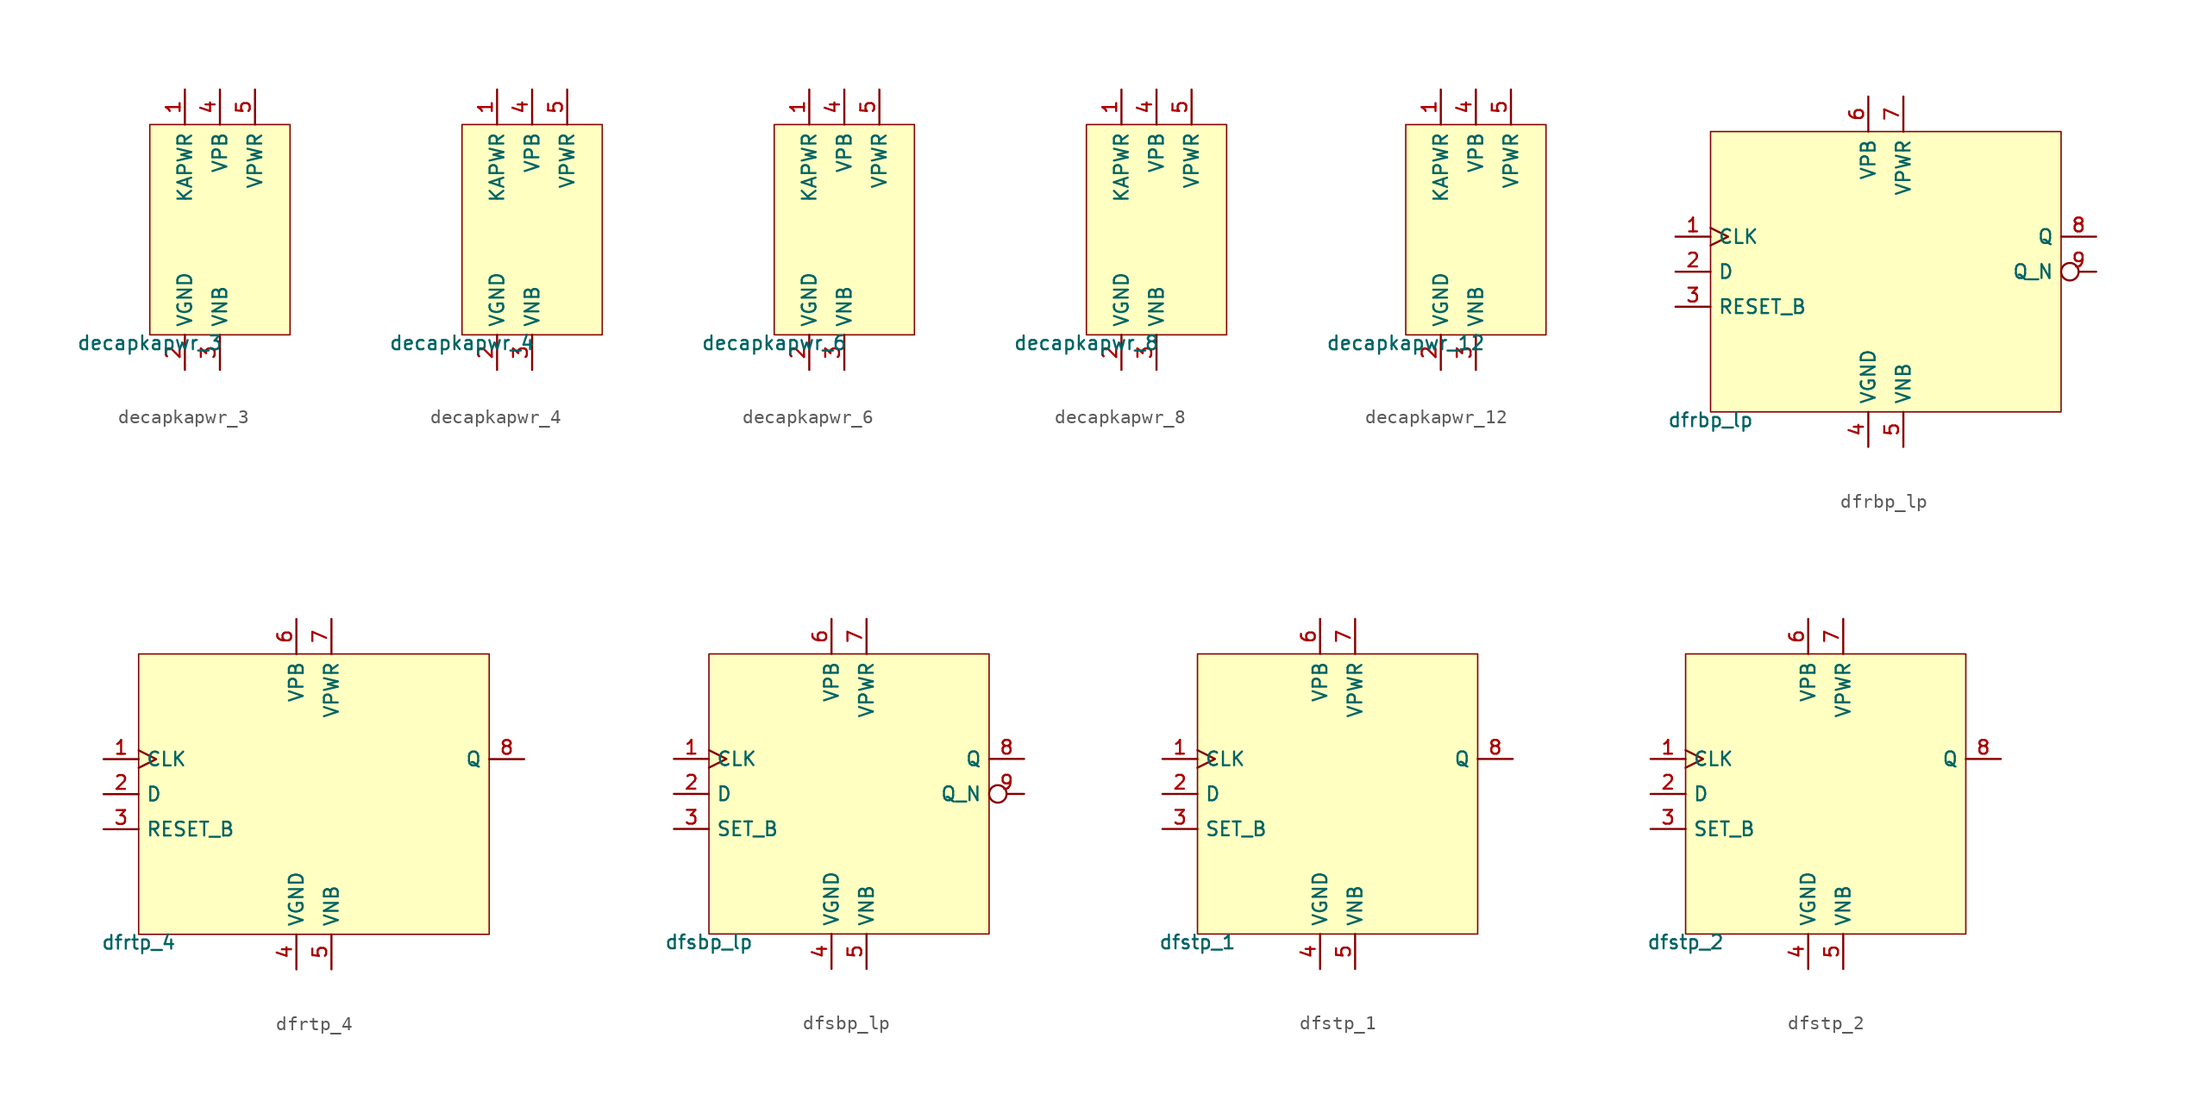
<source format=kicad_sym>
(kicad_symbol_lib
  (version 20211014)
  (generator pdk2kicad)
  (symbol "decapkapwr_3"
    (property "Reference" "X"
      (at 0 0 0)
      (effects (font (size 1 1)) hide))
    (property "Value" "decapkapwr_3"
      (at -5.08 -7.62 0)
      (effects (font (size 1 1)) (justify top)))
    (rectangle
      (start -5.08 -7.62)
      (end 5.08 7.62)
      (stroke (width 0.1) (type solid) (color 0 0 0 0))
      (fill (type background)))
    (pin power_in line
      (at -2.54 10.16 270)
      (length 2.54)
      (name "KAPWR" (effects (font (size 1 1)) hide))
      (number "1" (effects (font (size 1 1)) hide)))
    (pin power_in line
      (at -2.54 -10.16 90)
      (length 2.54)
      (name "VGND" (effects (font (size 1 1)) hide))
      (number "2" (effects (font (size 1 1)) hide)))
    (pin power_in line
      (at 0.0 -10.16 90)
      (length 2.54)
      (name "VNB" (effects (font (size 1 1)) hide))
      (number "3" (effects (font (size 1 1)) hide)))
    (pin power_in line
      (at 0.0 10.16 270)
      (length 2.54)
      (name "VPB" (effects (font (size 1 1)) hide))
      (number "4" (effects (font (size 1 1)) hide)))
    (pin power_in line
      (at 2.54 10.16 270)
      (length 2.54)
      (name "VPWR" (effects (font (size 1 1)) hide))
      (number "5" (effects (font (size 1 1)) hide))))
  (symbol "decapkapwr_4"
    (property "Reference" "X"
      (at 0 0 0)
      (effects (font (size 1 1)) hide))
    (property "Value" "decapkapwr_4"
      (at -5.08 -7.62 0)
      (effects (font (size 1 1)) (justify top)))
    (rectangle
      (start -5.08 -7.62)
      (end 5.08 7.62)
      (stroke (width 0.1) (type solid) (color 0 0 0 0))
      (fill (type background)))
    (pin power_in line
      (at -2.54 10.16 270)
      (length 2.54)
      (name "KAPWR" (effects (font (size 1 1)) hide))
      (number "1" (effects (font (size 1 1)) hide)))
    (pin power_in line
      (at -2.54 -10.16 90)
      (length 2.54)
      (name "VGND" (effects (font (size 1 1)) hide))
      (number "2" (effects (font (size 1 1)) hide)))
    (pin power_in line
      (at 0.0 -10.16 90)
      (length 2.54)
      (name "VNB" (effects (font (size 1 1)) hide))
      (number "3" (effects (font (size 1 1)) hide)))
    (pin power_in line
      (at 0.0 10.16 270)
      (length 2.54)
      (name "VPB" (effects (font (size 1 1)) hide))
      (number "4" (effects (font (size 1 1)) hide)))
    (pin power_in line
      (at 2.54 10.16 270)
      (length 2.54)
      (name "VPWR" (effects (font (size 1 1)) hide))
      (number "5" (effects (font (size 1 1)) hide))))
  (symbol "decapkapwr_6"
    (property "Reference" "X"
      (at 0 0 0)
      (effects (font (size 1 1)) hide))
    (property "Value" "decapkapwr_6"
      (at -5.08 -7.62 0)
      (effects (font (size 1 1)) (justify top)))
    (rectangle
      (start -5.08 -7.62)
      (end 5.08 7.62)
      (stroke (width 0.1) (type solid) (color 0 0 0 0))
      (fill (type background)))
    (pin power_in line
      (at -2.54 10.16 270)
      (length 2.54)
      (name "KAPWR" (effects (font (size 1 1)) hide))
      (number "1" (effects (font (size 1 1)) hide)))
    (pin power_in line
      (at -2.54 -10.16 90)
      (length 2.54)
      (name "VGND" (effects (font (size 1 1)) hide))
      (number "2" (effects (font (size 1 1)) hide)))
    (pin power_in line
      (at 0.0 -10.16 90)
      (length 2.54)
      (name "VNB" (effects (font (size 1 1)) hide))
      (number "3" (effects (font (size 1 1)) hide)))
    (pin power_in line
      (at 0.0 10.16 270)
      (length 2.54)
      (name "VPB" (effects (font (size 1 1)) hide))
      (number "4" (effects (font (size 1 1)) hide)))
    (pin power_in line
      (at 2.54 10.16 270)
      (length 2.54)
      (name "VPWR" (effects (font (size 1 1)) hide))
      (number "5" (effects (font (size 1 1)) hide))))
  (symbol "decapkapwr_8"
    (property "Reference" "X"
      (at 0 0 0)
      (effects (font (size 1 1)) hide))
    (property "Value" "decapkapwr_8"
      (at -5.08 -7.62 0)
      (effects (font (size 1 1)) (justify top)))
    (rectangle
      (start -5.08 -7.62)
      (end 5.08 7.62)
      (stroke (width 0.1) (type solid) (color 0 0 0 0))
      (fill (type background)))
    (pin power_in line
      (at -2.54 10.16 270)
      (length 2.54)
      (name "KAPWR" (effects (font (size 1 1)) hide))
      (number "1" (effects (font (size 1 1)) hide)))
    (pin power_in line
      (at -2.54 -10.16 90)
      (length 2.54)
      (name "VGND" (effects (font (size 1 1)) hide))
      (number "2" (effects (font (size 1 1)) hide)))
    (pin power_in line
      (at 0.0 -10.16 90)
      (length 2.54)
      (name "VNB" (effects (font (size 1 1)) hide))
      (number "3" (effects (font (size 1 1)) hide)))
    (pin power_in line
      (at 0.0 10.16 270)
      (length 2.54)
      (name "VPB" (effects (font (size 1 1)) hide))
      (number "4" (effects (font (size 1 1)) hide)))
    (pin power_in line
      (at 2.54 10.16 270)
      (length 2.54)
      (name "VPWR" (effects (font (size 1 1)) hide))
      (number "5" (effects (font (size 1 1)) hide))))
  (symbol "decapkapwr_12"
    (property "Reference" "X"
      (at 0 0 0)
      (effects (font (size 1 1)) hide))
    (property "Value" "decapkapwr_12"
      (at -5.08 -7.62 0)
      (effects (font (size 1 1)) (justify top)))
    (rectangle
      (start -5.08 -7.62)
      (end 5.08 7.62)
      (stroke (width 0.1) (type solid) (color 0 0 0 0))
      (fill (type background)))
    (pin power_in line
      (at -2.54 10.16 270)
      (length 2.54)
      (name "KAPWR" (effects (font (size 1 1)) hide))
      (number "1" (effects (font (size 1 1)) hide)))
    (pin power_in line
      (at -2.54 -10.16 90)
      (length 2.54)
      (name "VGND" (effects (font (size 1 1)) hide))
      (number "2" (effects (font (size 1 1)) hide)))
    (pin power_in line
      (at 0.0 -10.16 90)
      (length 2.54)
      (name "VNB" (effects (font (size 1 1)) hide))
      (number "3" (effects (font (size 1 1)) hide)))
    (pin power_in line
      (at 0.0 10.16 270)
      (length 2.54)
      (name "VPB" (effects (font (size 1 1)) hide))
      (number "4" (effects (font (size 1 1)) hide)))
    (pin power_in line
      (at 2.54 10.16 270)
      (length 2.54)
      (name "VPWR" (effects (font (size 1 1)) hide))
      (number "5" (effects (font (size 1 1)) hide))))
  (symbol "dfrbp_lp"
    (property "Reference" "X"
      (at 0 0 0)
      (effects (font (size 1 1)) hide))
    (property "Value" "dfrbp_lp"
      (at -12.7 -10.16 0)
      (effects (font (size 1 1)) (justify top)))
    (rectangle
      (start -12.7 -10.16)
      (end 12.7 10.16)
      (stroke (width 0.1) (type solid) (color 0 0 0 0))
      (fill (type background)))
    (pin input clock
      (at -15.24 2.54 0)
      (length 2.54)
      (name "CLK" (effects (font (size 1 1)) hide))
      (number "1" (effects (font (size 1 1)) hide)))
    (pin input line
      (at -15.24 0.0 0)
      (length 2.54)
      (name "D" (effects (font (size 1 1)) hide))
      (number "2" (effects (font (size 1 1)) hide)))
    (pin input line
      (at -15.24 -2.54 0)
      (length 2.54)
      (name "RESET_B" (effects (font (size 1 1)) hide))
      (number "3" (effects (font (size 1 1)) hide)))
    (pin power_in line
      (at -1.27 -12.7 90)
      (length 2.54)
      (name "VGND" (effects (font (size 1 1)) hide))
      (number "4" (effects (font (size 1 1)) hide)))
    (pin power_in line
      (at 1.27 -12.7 90)
      (length 2.54)
      (name "VNB" (effects (font (size 1 1)) hide))
      (number "5" (effects (font (size 1 1)) hide)))
    (pin power_in line
      (at -1.27 12.7 270)
      (length 2.54)
      (name "VPB" (effects (font (size 1 1)) hide))
      (number "6" (effects (font (size 1 1)) hide)))
    (pin power_in line
      (at 1.27 12.7 270)
      (length 2.54)
      (name "VPWR" (effects (font (size 1 1)) hide))
      (number "7" (effects (font (size 1 1)) hide)))
    (pin output line
      (at 15.24 2.54 180)
      (length 2.54)
      (name "Q" (effects (font (size 1 1)) hide))
      (number "8" (effects (font (size 1 1)) hide)))
    (pin output inverted
      (at 15.24 0.0 180)
      (length 2.54)
      (name "Q_N" (effects (font (size 1 1)) hide))
      (number "9" (effects (font (size 1 1)) hide))))
  (symbol "dfrtp_4"
    (property "Reference" "X"
      (at 0 0 0)
      (effects (font (size 1 1)) hide))
    (property "Value" "dfrtp_4"
      (at -12.7 -10.16 0)
      (effects (font (size 1 1)) (justify top)))
    (rectangle
      (start -12.7 -10.16)
      (end 12.7 10.16)
      (stroke (width 0.1) (type solid) (color 0 0 0 0))
      (fill (type background)))
    (pin input clock
      (at -15.24 2.54 0)
      (length 2.54)
      (name "CLK" (effects (font (size 1 1)) hide))
      (number "1" (effects (font (size 1 1)) hide)))
    (pin input line
      (at -15.24 0.0 0)
      (length 2.54)
      (name "D" (effects (font (size 1 1)) hide))
      (number "2" (effects (font (size 1 1)) hide)))
    (pin input line
      (at -15.24 -2.54 0)
      (length 2.54)
      (name "RESET_B" (effects (font (size 1 1)) hide))
      (number "3" (effects (font (size 1 1)) hide)))
    (pin power_in line
      (at -1.27 -12.7 90)
      (length 2.54)
      (name "VGND" (effects (font (size 1 1)) hide))
      (number "4" (effects (font (size 1 1)) hide)))
    (pin power_in line
      (at 1.27 -12.7 90)
      (length 2.54)
      (name "VNB" (effects (font (size 1 1)) hide))
      (number "5" (effects (font (size 1 1)) hide)))
    (pin power_in line
      (at -1.27 12.7 270)
      (length 2.54)
      (name "VPB" (effects (font (size 1 1)) hide))
      (number "6" (effects (font (size 1 1)) hide)))
    (pin power_in line
      (at 1.27 12.7 270)
      (length 2.54)
      (name "VPWR" (effects (font (size 1 1)) hide))
      (number "7" (effects (font (size 1 1)) hide)))
    (pin output line
      (at 15.24 2.54 180)
      (length 2.54)
      (name "Q" (effects (font (size 1 1)) hide))
      (number "8" (effects (font (size 1 1)) hide))))
  (symbol "dfsbp_lp"
    (property "Reference" "X"
      (at 0 0 0)
      (effects (font (size 1 1)) hide))
    (property "Value" "dfsbp_lp"
      (at -10.16 -10.16 0)
      (effects (font (size 1 1)) (justify top)))
    (rectangle
      (start -10.16 -10.16)
      (end 10.16 10.16)
      (stroke (width 0.1) (type solid) (color 0 0 0 0))
      (fill (type background)))
    (pin input clock
      (at -12.7 2.54 0)
      (length 2.54)
      (name "CLK" (effects (font (size 1 1)) hide))
      (number "1" (effects (font (size 1 1)) hide)))
    (pin input line
      (at -12.7 0.0 0)
      (length 2.54)
      (name "D" (effects (font (size 1 1)) hide))
      (number "2" (effects (font (size 1 1)) hide)))
    (pin input line
      (at -12.7 -2.54 0)
      (length 2.54)
      (name "SET_B" (effects (font (size 1 1)) hide))
      (number "3" (effects (font (size 1 1)) hide)))
    (pin power_in line
      (at -1.27 -12.7 90)
      (length 2.54)
      (name "VGND" (effects (font (size 1 1)) hide))
      (number "4" (effects (font (size 1 1)) hide)))
    (pin power_in line
      (at 1.27 -12.7 90)
      (length 2.54)
      (name "VNB" (effects (font (size 1 1)) hide))
      (number "5" (effects (font (size 1 1)) hide)))
    (pin power_in line
      (at -1.27 12.7 270)
      (length 2.54)
      (name "VPB" (effects (font (size 1 1)) hide))
      (number "6" (effects (font (size 1 1)) hide)))
    (pin power_in line
      (at 1.27 12.7 270)
      (length 2.54)
      (name "VPWR" (effects (font (size 1 1)) hide))
      (number "7" (effects (font (size 1 1)) hide)))
    (pin output line
      (at 12.7 2.54 180)
      (length 2.54)
      (name "Q" (effects (font (size 1 1)) hide))
      (number "8" (effects (font (size 1 1)) hide)))
    (pin output inverted
      (at 12.7 0.0 180)
      (length 2.54)
      (name "Q_N" (effects (font (size 1 1)) hide))
      (number "9" (effects (font (size 1 1)) hide))))
  (symbol "dfstp_1"
    (property "Reference" "X"
      (at 0 0 0)
      (effects (font (size 1 1)) hide))
    (property "Value" "dfstp_1"
      (at -10.16 -10.16 0)
      (effects (font (size 1 1)) (justify top)))
    (rectangle
      (start -10.16 -10.16)
      (end 10.16 10.16)
      (stroke (width 0.1) (type solid) (color 0 0 0 0))
      (fill (type background)))
    (pin input clock
      (at -12.7 2.54 0)
      (length 2.54)
      (name "CLK" (effects (font (size 1 1)) hide))
      (number "1" (effects (font (size 1 1)) hide)))
    (pin input line
      (at -12.7 0.0 0)
      (length 2.54)
      (name "D" (effects (font (size 1 1)) hide))
      (number "2" (effects (font (size 1 1)) hide)))
    (pin input line
      (at -12.7 -2.54 0)
      (length 2.54)
      (name "SET_B" (effects (font (size 1 1)) hide))
      (number "3" (effects (font (size 1 1)) hide)))
    (pin power_in line
      (at -1.27 -12.7 90)
      (length 2.54)
      (name "VGND" (effects (font (size 1 1)) hide))
      (number "4" (effects (font (size 1 1)) hide)))
    (pin power_in line
      (at 1.27 -12.7 90)
      (length 2.54)
      (name "VNB" (effects (font (size 1 1)) hide))
      (number "5" (effects (font (size 1 1)) hide)))
    (pin power_in line
      (at -1.27 12.7 270)
      (length 2.54)
      (name "VPB" (effects (font (size 1 1)) hide))
      (number "6" (effects (font (size 1 1)) hide)))
    (pin power_in line
      (at 1.27 12.7 270)
      (length 2.54)
      (name "VPWR" (effects (font (size 1 1)) hide))
      (number "7" (effects (font (size 1 1)) hide)))
    (pin output line
      (at 12.7 2.54 180)
      (length 2.54)
      (name "Q" (effects (font (size 1 1)) hide))
      (number "8" (effects (font (size 1 1)) hide))))
  (symbol "dfstp_2"
    (property "Reference" "X"
      (at 0 0 0)
      (effects (font (size 1 1)) hide))
    (property "Value" "dfstp_2"
      (at -10.16 -10.16 0)
      (effects (font (size 1 1)) (justify top)))
    (rectangle
      (start -10.16 -10.16)
      (end 10.16 10.16)
      (stroke (width 0.1) (type solid) (color 0 0 0 0))
      (fill (type background)))
    (pin input clock
      (at -12.7 2.54 0)
      (length 2.54)
      (name "CLK" (effects (font (size 1 1)) hide))
      (number "1" (effects (font (size 1 1)) hide)))
    (pin input line
      (at -12.7 0.0 0)
      (length 2.54)
      (name "D" (effects (font (size 1 1)) hide))
      (number "2" (effects (font (size 1 1)) hide)))
    (pin input line
      (at -12.7 -2.54 0)
      (length 2.54)
      (name "SET_B" (effects (font (size 1 1)) hide))
      (number "3" (effects (font (size 1 1)) hide)))
    (pin power_in line
      (at -1.27 -12.7 90)
      (length 2.54)
      (name "VGND" (effects (font (size 1 1)) hide))
      (number "4" (effects (font (size 1 1)) hide)))
    (pin power_in line
      (at 1.27 -12.7 90)
      (length 2.54)
      (name "VNB" (effects (font (size 1 1)) hide))
      (number "5" (effects (font (size 1 1)) hide)))
    (pin power_in line
      (at -1.27 12.7 270)
      (length 2.54)
      (name "VPB" (effects (font (size 1 1)) hide))
      (number "6" (effects (font (size 1 1)) hide)))
    (pin power_in line
      (at 1.27 12.7 270)
      (length 2.54)
      (name "VPWR" (effects (font (size 1 1)) hide))
      (number "7" (effects (font (size 1 1)) hide)))
    (pin output line
      (at 12.7 2.54 180)
      (length 2.54)
      (name "Q" (effects (font (size 1 1)) hide))
      (number "8" (effects (font (size 1 1)) hide)))))
</source>
